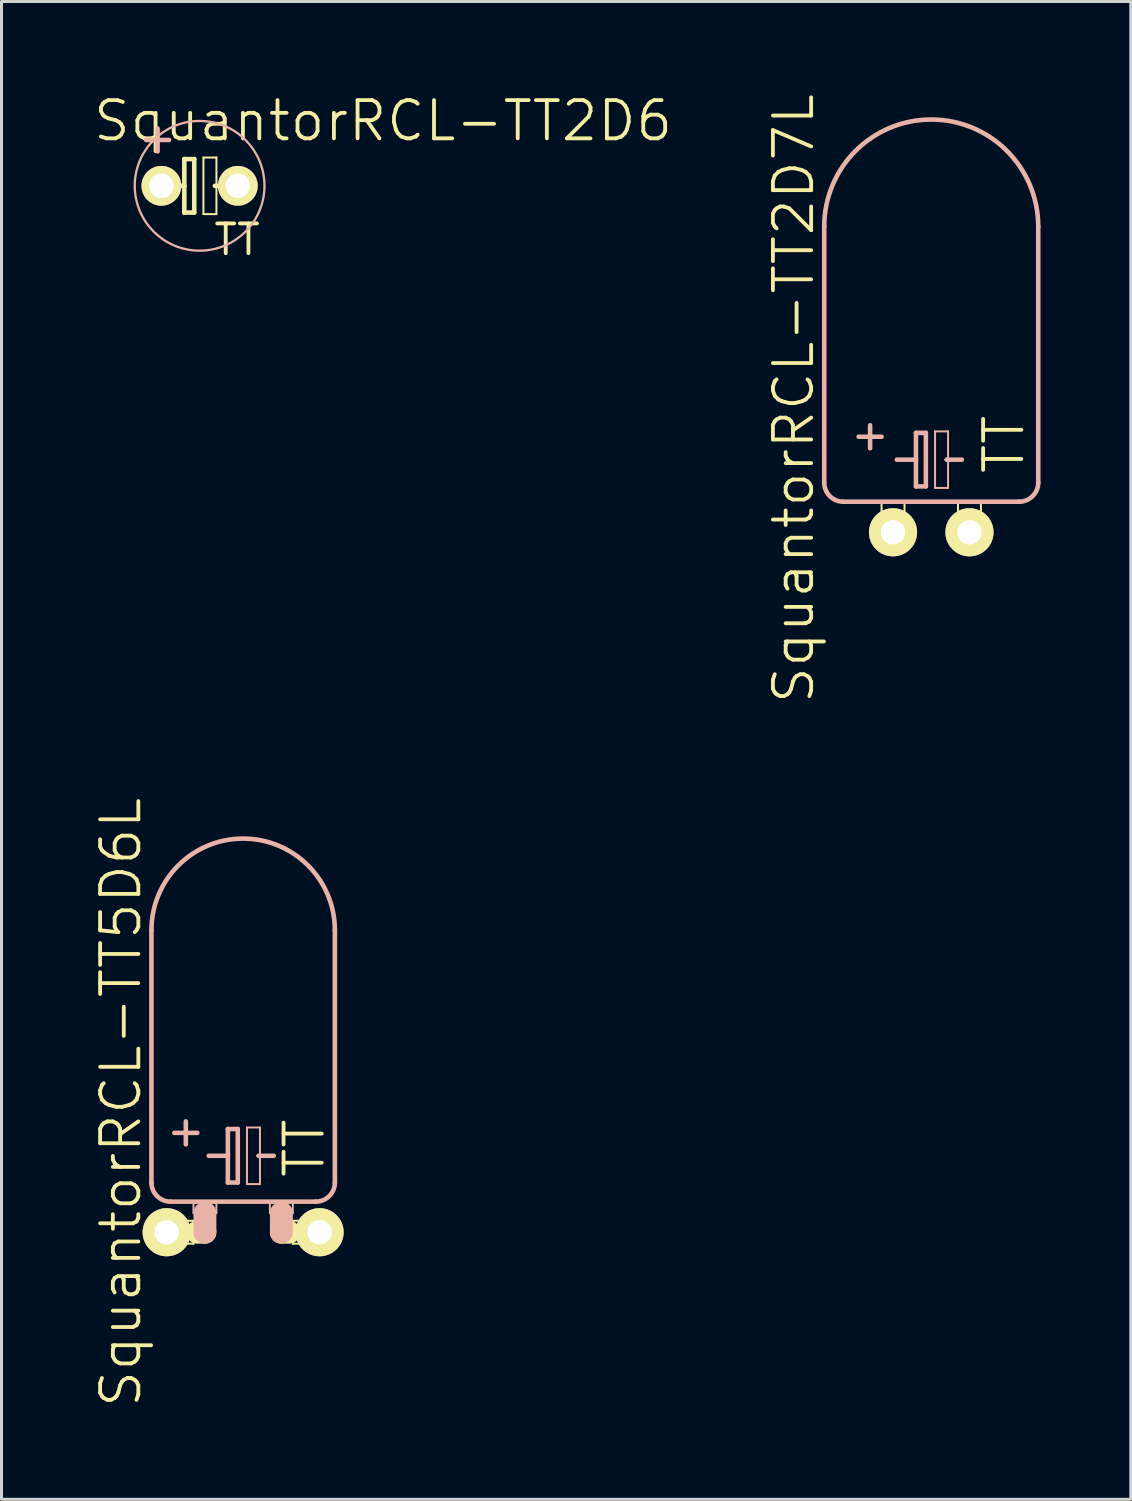
<source format=kicad_pcb>
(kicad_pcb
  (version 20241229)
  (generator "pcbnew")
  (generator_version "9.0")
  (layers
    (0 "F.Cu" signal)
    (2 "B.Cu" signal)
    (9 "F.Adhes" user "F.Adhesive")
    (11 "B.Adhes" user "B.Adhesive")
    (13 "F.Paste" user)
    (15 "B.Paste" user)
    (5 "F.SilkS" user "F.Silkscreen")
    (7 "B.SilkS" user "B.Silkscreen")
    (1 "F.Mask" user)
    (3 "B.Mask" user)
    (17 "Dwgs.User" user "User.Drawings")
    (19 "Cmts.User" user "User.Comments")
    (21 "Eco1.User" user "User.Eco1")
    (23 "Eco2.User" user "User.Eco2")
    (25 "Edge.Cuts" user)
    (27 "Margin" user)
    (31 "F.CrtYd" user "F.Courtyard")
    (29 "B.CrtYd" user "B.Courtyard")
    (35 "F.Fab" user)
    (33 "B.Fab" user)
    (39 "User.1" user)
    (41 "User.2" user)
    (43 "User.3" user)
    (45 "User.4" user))
  (footprint "SquantorRCL-TT2D7L"
    (layer "F.Cu")
    (at 27.896 14.638)
    (property "Reference" "SquantorRCL-TT2D7L" (at -4.572 -4.445 90) (layer "F.SilkS") (effects (font (size 1.27 1.27) (thickness 0.127))))
    (attr exclude_from_pos_files exclude_from_bom)
    (fp_line (start -1.651 -1.016) (end -0.889 -1.016) (stroke (width 0.066) (type solid)) (layer "F.SilkS"))
    (fp_line (start -1.651 -0.635) (end -1.651 -1.016) (stroke (width 0.066) (type solid)) (layer "F.SilkS"))
    (fp_line (start -1.651 -0.635) (end -0.889 -0.635) (stroke (width 0.066) (type solid)) (layer "F.SilkS"))
    (fp_line (start -1.651 -0.635) (end -0.889 -0.635) (stroke (width 0.066) (type solid)) (layer "F.SilkS"))
    (fp_line (start -1.651 0.127) (end -1.651 -0.635) (stroke (width 0.066) (type solid)) (layer "F.SilkS"))
    (fp_line (start -1.651 0.127) (end -0.889 0.127) (stroke (width 0.066) (type solid)) (layer "F.SilkS"))
    (fp_line (start -0.889 -0.635) (end -0.889 -1.016) (stroke (width 0.066) (type solid)) (layer "F.SilkS"))
    (fp_line (start -0.889 0.127) (end -0.889 -0.635) (stroke (width 0.066) (type solid)) (layer "F.SilkS"))
    (fp_line (start 0.889 -1.016) (end 1.651 -1.016) (stroke (width 0.066) (type solid)) (layer "F.SilkS"))
    (fp_line (start 0.889 -0.635) (end 0.889 -1.016) (stroke (width 0.066) (type solid)) (layer "F.SilkS"))
    (fp_line (start 0.889 -0.635) (end 1.651 -0.635) (stroke (width 0.066) (type solid)) (layer "F.SilkS"))
    (fp_line (start 0.889 -0.635) (end 1.651 -0.635) (stroke (width 0.066) (type solid)) (layer "F.SilkS"))
    (fp_line (start 0.889 0.127) (end 0.889 -0.635) (stroke (width 0.066) (type solid)) (layer "F.SilkS"))
    (fp_line (start 0.889 0.127) (end 1.651 0.127) (stroke (width 0.066) (type solid)) (layer "F.SilkS"))
    (fp_line (start 1.651 -0.635) (end 1.651 -1.016) (stroke (width 0.066) (type solid)) (layer "F.SilkS"))
    (fp_line (start 1.651 0.127) (end 1.651 -0.635) (stroke (width 0.066) (type solid)) (layer "F.SilkS"))
    (fp_line (start -3.556 -10.16) (end -3.556 -1.651) (stroke (width 0.152) (type solid)) (layer "B.SilkS"))
    (fp_line (start -2.921 -1.016) (end 2.921 -1.016) (stroke (width 0.152) (type solid)) (layer "B.SilkS"))
    (fp_line (start -2.413 -3.175) (end -1.651 -3.175) (stroke (width 0.152) (type solid)) (layer "B.SilkS"))
    (fp_line (start -2.032 -2.794) (end -2.032 -3.556) (stroke (width 0.152) (type solid)) (layer "B.SilkS"))
    (fp_line (start -1.143 -2.413) (end -0.508 -2.413) (stroke (width 0.152) (type solid)) (layer "B.SilkS"))
    (fp_line (start -0.508 -3.302) (end -0.508 -2.413) (stroke (width 0.152) (type solid)) (layer "B.SilkS"))
    (fp_line (start -0.508 -2.413) (end -0.508 -1.524) (stroke (width 0.152) (type solid)) (layer "B.SilkS"))
    (fp_line (start -0.508 -1.524) (end -0.178 -1.524) (stroke (width 0.152) (type solid)) (layer "B.SilkS"))
    (fp_line (start -0.178 -3.302) (end -0.508 -3.302) (stroke (width 0.152) (type solid)) (layer "B.SilkS"))
    (fp_line (start -0.178 -1.524) (end -0.178 -3.302) (stroke (width 0.152) (type solid)) (layer "B.SilkS"))
    (fp_line (start 0.127 -3.353) (end 0.559 -3.353) (stroke (width 0.066) (type solid)) (layer "B.SilkS"))
    (fp_line (start 0.127 -1.473) (end 0.127 -3.353) (stroke (width 0.066) (type solid)) (layer "B.SilkS"))
    (fp_line (start 0.127 -1.473) (end 0.559 -1.473) (stroke (width 0.066) (type solid)) (layer "B.SilkS"))
    (fp_line (start 0.508 -2.413) (end 1.016 -2.413) (stroke (width 0.152) (type solid)) (layer "B.SilkS"))
    (fp_line (start 0.559 -1.473) (end 0.559 -3.353) (stroke (width 0.066) (type solid)) (layer "B.SilkS"))
    (fp_line (start 3.556 -10.16) (end 3.556 -1.651) (stroke (width 0.152) (type solid)) (layer "B.SilkS"))
    (fp_arc (start -3.556 -10.16) (mid 0 -13.716) (end 3.556 -10.16) (stroke (width 0.1524) (type solid)) (layer "B.SilkS"))
    (fp_arc (start -2.921 -1.016) (mid -3.370013 -1.201987) (end -3.556 -1.651) (stroke (width 0.1524) (type solid)) (layer "B.SilkS"))
    (fp_arc (start 3.556 -1.651) (mid 3.370013 -1.201987) (end 2.921 -1.016) (stroke (width 0.1524) (type solid)) (layer "B.SilkS"))
    (fp_text user "TT" (at 2.413 -2.921 90) (layer "F.SilkS") (effects (font (size 1.27 1.27) (thickness 0.127))))
    (pad "+" thru_hole circle (at -1.27 0) (size 1.6 1.6) (drill 0.813) (layers "*.Cu" "F.Mask" "F.SilkS" "F.Paste"))
    (pad "-" thru_hole circle (at 1.27 0) (size 1.6 1.6) (drill 0.813) (layers "*.Cu" "F.Mask" "F.SilkS" "F.Paste")))
  (footprint "SquantorRCL-TT5D6L"
    (layer "F.Cu")
    (at 5.03 37.898)
    (property "Reference" "SquantorRCL-TT5D6L" (at -4.064 -4.318 90) (layer "F.SilkS") (effects (font (size 1.27 1.27) (thickness 0.127))))
    (attr exclude_from_pos_files exclude_from_bom)
    (fp_line (start -2.54 -0.381) (end -1.651 -0.381) (stroke (width 0.066) (type solid)) (layer "F.SilkS"))
    (fp_line (start -2.54 0.381) (end -2.54 -0.381) (stroke (width 0.066) (type solid)) (layer "F.SilkS"))
    (fp_line (start -2.54 0.381) (end -1.651 0.381) (stroke (width 0.066) (type solid)) (layer "F.SilkS"))
    (fp_line (start -1.651 0.381) (end -1.651 -0.381) (stroke (width 0.066) (type solid)) (layer "F.SilkS"))
    (fp_line (start -1.524 0) (end -1.27 0) (stroke (width 0.762) (type solid)) (layer "F.SilkS"))
    (fp_line (start 1.524 0) (end 1.27 0) (stroke (width 0.762) (type solid)) (layer "F.SilkS"))
    (fp_line (start 1.651 -0.381) (end 2.54 -0.381) (stroke (width 0.066) (type solid)) (layer "F.SilkS"))
    (fp_line (start 1.651 0.381) (end 1.651 -0.381) (stroke (width 0.066) (type solid)) (layer "F.SilkS"))
    (fp_line (start 1.651 0.381) (end 2.54 0.381) (stroke (width 0.066) (type solid)) (layer "F.SilkS"))
    (fp_line (start 2.54 0.381) (end 2.54 -0.381) (stroke (width 0.066) (type solid)) (layer "F.SilkS"))
    (fp_line (start -3.048 -10.033) (end -3.048 -1.651) (stroke (width 0.152) (type solid)) (layer "B.SilkS"))
    (fp_line (start -2.413 -1.016) (end 2.413 -1.016) (stroke (width 0.152) (type solid)) (layer "B.SilkS"))
    (fp_line (start -2.286 -3.302) (end -1.524 -3.302) (stroke (width 0.152) (type solid)) (layer "B.SilkS"))
    (fp_line (start -1.905 -2.921) (end -1.905 -3.683) (stroke (width 0.152) (type solid)) (layer "B.SilkS"))
    (fp_line (start -1.651 -1.016) (end -0.889 -1.016) (stroke (width 0.066) (type solid)) (layer "B.SilkS"))
    (fp_line (start -1.651 -0.635) (end -1.651 -1.016) (stroke (width 0.066) (type solid)) (layer "B.SilkS"))
    (fp_line (start -1.651 -0.635) (end -0.889 -0.635) (stroke (width 0.066) (type solid)) (layer "B.SilkS"))
    (fp_line (start -1.27 -0.635) (end -1.27 0) (stroke (width 0.762) (type solid)) (layer "B.SilkS"))
    (fp_line (start -1.143 -2.54) (end -0.508 -2.54) (stroke (width 0.152) (type solid)) (layer "B.SilkS"))
    (fp_line (start -0.889 -0.635) (end -0.889 -1.016) (stroke (width 0.066) (type solid)) (layer "B.SilkS"))
    (fp_line (start -0.508 -3.429) (end -0.508 -2.54) (stroke (width 0.152) (type solid)) (layer "B.SilkS"))
    (fp_line (start -0.508 -2.54) (end -0.508 -1.651) (stroke (width 0.152) (type solid)) (layer "B.SilkS"))
    (fp_line (start -0.508 -1.651) (end -0.178 -1.651) (stroke (width 0.152) (type solid)) (layer "B.SilkS"))
    (fp_line (start -0.178 -3.429) (end -0.508 -3.429) (stroke (width 0.152) (type solid)) (layer "B.SilkS"))
    (fp_line (start -0.178 -1.651) (end -0.178 -3.429) (stroke (width 0.152) (type solid)) (layer "B.SilkS"))
    (fp_line (start 0.127 -3.48) (end 0.559 -3.48) (stroke (width 0.066) (type solid)) (layer "B.SilkS"))
    (fp_line (start 0.127 -1.6) (end 0.127 -3.48) (stroke (width 0.066) (type solid)) (layer "B.SilkS"))
    (fp_line (start 0.127 -1.6) (end 0.559 -1.6) (stroke (width 0.066) (type solid)) (layer "B.SilkS"))
    (fp_line (start 0.508 -2.54) (end 1.016 -2.54) (stroke (width 0.152) (type solid)) (layer "B.SilkS"))
    (fp_line (start 0.559 -1.6) (end 0.559 -3.48) (stroke (width 0.066) (type solid)) (layer "B.SilkS"))
    (fp_line (start 0.889 -1.016) (end 1.651 -1.016) (stroke (width 0.066) (type solid)) (layer "B.SilkS"))
    (fp_line (start 0.889 -0.635) (end 0.889 -1.016) (stroke (width 0.066) (type solid)) (layer "B.SilkS"))
    (fp_line (start 0.889 -0.635) (end 1.651 -0.635) (stroke (width 0.066) (type solid)) (layer "B.SilkS"))
    (fp_line (start 1.27 -0.635) (end 1.27 0) (stroke (width 0.762) (type solid)) (layer "B.SilkS"))
    (fp_line (start 1.651 -0.635) (end 1.651 -1.016) (stroke (width 0.066) (type solid)) (layer "B.SilkS"))
    (fp_line (start 3.048 -10.033) (end 3.048 -1.651) (stroke (width 0.152) (type solid)) (layer "B.SilkS"))
    (fp_arc (start -3.048 -10.033) (mid 0 -13.081) (end 3.048 -10.033) (stroke (width 0.1524) (type solid)) (layer "B.SilkS"))
    (fp_arc (start -2.413 -1.016) (mid -2.862013 -1.201987) (end -3.048 -1.651) (stroke (width 0.1524) (type solid)) (layer "B.SilkS"))
    (fp_arc (start 3.048 -1.651) (mid 2.862013 -1.201987) (end 2.413 -1.016) (stroke (width 0.1524) (type solid)) (layer "B.SilkS"))
    (fp_text user "TT" (at 2.032 -2.794 90) (layer "F.SilkS") (effects (font (size 1.27 1.27) (thickness 0.127))))
    (pad "+" thru_hole circle (at -2.54 0) (size 1.6 1.6) (drill 0.813) (layers "*.Cu" "F.Mask" "F.SilkS" "F.Paste"))
    (pad "-" thru_hole circle (at 2.54 0) (size 1.6 1.6) (drill 0.813) (layers "*.Cu" "F.Mask" "F.SilkS" "F.Paste")))
  (footprint "SquantorRCL-TT2D6"
    (layer "F.Cu")
    (at 3.583 3.125)
    (property "Reference" "SquantorRCL-TT2D6" (at 6.096 -2.159 0) (layer "F.SilkS") (effects (font (size 1.27 1.27) (thickness 0.127))))
    (attr exclude_from_pos_files exclude_from_bom)
    (fp_line (start -1.016 0) (end -0.508 0) (stroke (width 0.152) (type solid)) (layer "F.SilkS"))
    (fp_line (start -0.508 -0.889) (end -0.508 0) (stroke (width 0.152) (type solid)) (layer "F.SilkS"))
    (fp_line (start -0.508 0) (end -0.508 0.889) (stroke (width 0.152) (type solid)) (layer "F.SilkS"))
    (fp_line (start -0.508 0.889) (end -0.178 0.889) (stroke (width 0.152) (type solid)) (layer "F.SilkS"))
    (fp_line (start -0.178 -0.889) (end -0.508 -0.889) (stroke (width 0.152) (type solid)) (layer "F.SilkS"))
    (fp_line (start -0.178 0.889) (end -0.178 -0.889) (stroke (width 0.152) (type solid)) (layer "F.SilkS"))
    (fp_line (start 0.127 -0.94) (end 0.559 -0.94) (stroke (width 0.066) (type solid)) (layer "F.SilkS"))
    (fp_line (start 0.127 0.94) (end 0.127 -0.94) (stroke (width 0.066) (type solid)) (layer "F.SilkS"))
    (fp_line (start 0.127 0.94) (end 0.559 0.94) (stroke (width 0.066) (type solid)) (layer "F.SilkS"))
    (fp_line (start 0.508 0) (end 1.016 0) (stroke (width 0.152) (type solid)) (layer "F.SilkS"))
    (fp_line (start 0.559 0.94) (end 0.559 -0.94) (stroke (width 0.066) (type solid)) (layer "F.SilkS"))
    (fp_line (start -1.778 -1.524) (end -1.016 -1.524) (stroke (width 0.152) (type solid)) (layer "B.SilkS"))
    (fp_line (start -1.397 -1.143) (end -1.397 -1.905) (stroke (width 0.152) (type solid)) (layer "B.SilkS"))
    (fp_circle (center 0 0) (end -1.524 1.524) (stroke (width 0.076) (type solid)) (fill no) (layer "B.SilkS"))
    (fp_text user "TT" (at 1.245 1.788 0) (layer "F.SilkS") (effects (font (size 0.991 0.991) (thickness 0.127))))
    (pad "+" thru_hole circle (at -1.27 0) (size 1.321 1.321) (drill 0.813) (layers "*.Cu" "F.Mask" "F.SilkS" "F.Paste"))
    (pad "-" thru_hole circle (at 1.27 0) (size 1.321 1.321) (drill 0.813) (layers "*.Cu" "F.Mask" "F.SilkS" "F.Paste")))
  (gr_rect
    (start -3 -3)
    (end 34.528 46.773)
    (stroke (width 0.1) (type default))
    (fill no)
    (layer "Edge.Cuts")))
</source>
